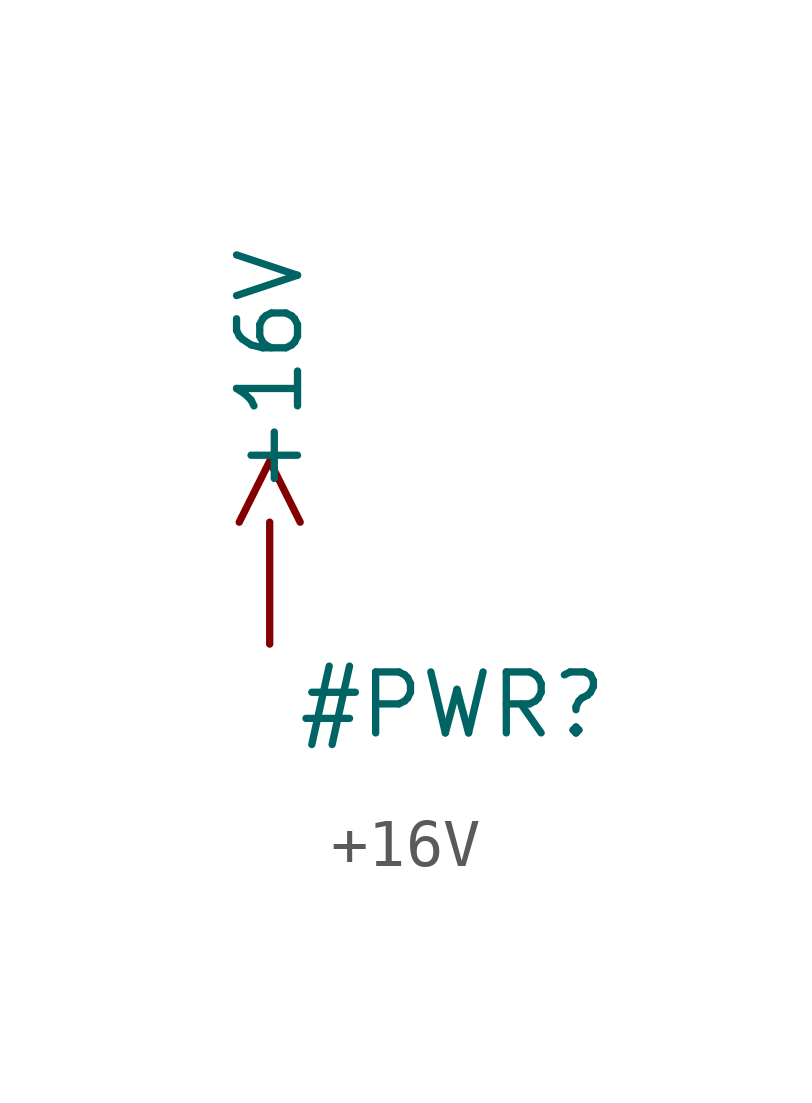
<source format=kicad_sym>
(kicad_symbol_lib
  (version 20220914)
  (generator kicad_symbol_editor)
  (symbol "+16V"
    (power)
    (property "Reference" "#PWR"
      (at 3.81 -1.27 0)
      (effects (font (size 1.27 1.27))))
    (property "Value" ""
      (at 0 0 0)
      (effects (font (size 1.27 1.27))))
    (symbol "+16V_1_1"
      (pin power_in clock (at 0 0 90) (length 2.54) (name "+16V" (effects (font (size 1.27 1.27)))) (number "" (effects (font (size 1.27 1.27))))))))
</source>
